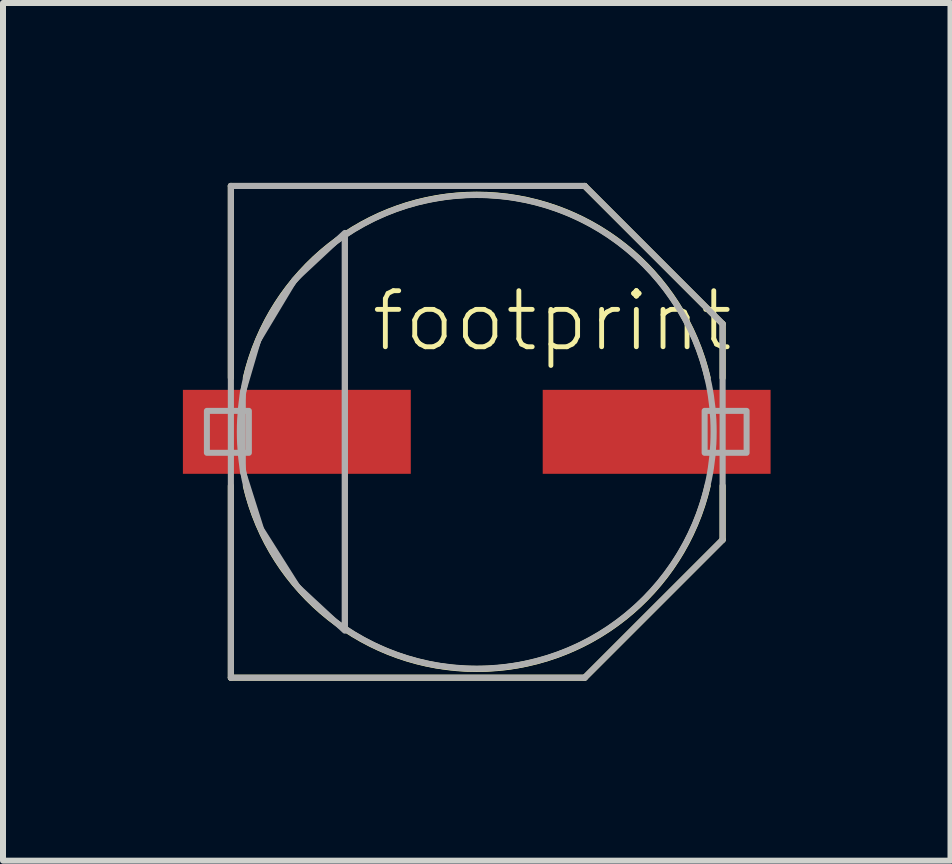
<source format=kicad_pcb>
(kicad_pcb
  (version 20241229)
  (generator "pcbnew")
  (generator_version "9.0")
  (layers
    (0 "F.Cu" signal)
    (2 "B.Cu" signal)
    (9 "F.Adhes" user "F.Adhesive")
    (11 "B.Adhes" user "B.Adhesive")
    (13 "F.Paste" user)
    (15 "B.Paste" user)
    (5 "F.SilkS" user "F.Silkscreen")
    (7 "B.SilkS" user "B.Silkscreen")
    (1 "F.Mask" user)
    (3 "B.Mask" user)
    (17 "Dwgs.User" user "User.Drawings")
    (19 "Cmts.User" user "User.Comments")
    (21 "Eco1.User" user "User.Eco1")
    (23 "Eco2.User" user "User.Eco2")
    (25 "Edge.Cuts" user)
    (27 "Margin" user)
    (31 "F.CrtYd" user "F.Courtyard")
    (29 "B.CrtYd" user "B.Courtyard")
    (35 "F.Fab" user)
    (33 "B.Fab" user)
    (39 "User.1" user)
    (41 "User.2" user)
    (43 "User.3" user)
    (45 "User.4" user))
  (footprint "footprint"
    (layer "F.Cu")
    (at 4.9 4.151)
    (property "Reference" "footprint" (at -1.8 -1.3 0) (layer "F.SilkS") (effects (font (size 0.935 0.935) (thickness 0.081)) (justify left bottom)))
    (fp_line (start -4.1 -4.1) (end 1.8 -4.1) (stroke (width 0.102) (type solid)) (layer "F.SilkS"))
    (fp_line (start -4.1 -0.9) (end -4.1 -4.1) (stroke (width 0.102) (type solid)) (layer "F.SilkS"))
    (fp_line (start -4.1 4.1) (end -4.1 0.9) (stroke (width 0.102) (type solid)) (layer "F.SilkS"))
    (fp_line (start 1.8 -4.1) (end 4.1 -1.8) (stroke (width 0.102) (type solid)) (layer "F.SilkS"))
    (fp_line (start 1.8 4.1) (end -4.1 4.1) (stroke (width 0.102) (type solid)) (layer "F.SilkS"))
    (fp_line (start 4.1 -1.8) (end 4.1 -0.9) (stroke (width 0.102) (type solid)) (layer "F.SilkS"))
    (fp_line (start 4.1 0.9) (end 4.1 1.8) (stroke (width 0.102) (type solid)) (layer "F.SilkS"))
    (fp_line (start 4.1 1.8) (end 1.8 4.1) (stroke (width 0.102) (type solid)) (layer "F.SilkS"))
    (fp_arc (start -3.85 -0.9) (mid 0 -3.953796) (end 3.85 -0.9) (stroke (width 0.1016) (type solid)) (layer "F.SilkS"))
    (fp_arc (start 3.85 0.9) (mid 0 3.953796) (end -3.85 0.9) (stroke (width 0.1016) (type solid)) (layer "F.SilkS"))
    (fp_line (start -4.1 -4.1) (end 1.8 -4.1) (stroke (width 0.102) (type solid)) (layer "F.Fab"))
    (fp_line (start -4.1 4.1) (end -4.1 -4.1) (stroke (width 0.102) (type solid)) (layer "F.Fab"))
    (fp_line (start -2.2 -3.25) (end -2.2 3.25) (stroke (width 0.102) (type solid)) (layer "F.Fab"))
    (fp_line (start 1.8 -4.1) (end 4.1 -1.8) (stroke (width 0.102) (type solid)) (layer "F.Fab"))
    (fp_line (start 1.8 4.1) (end -4.1 4.1) (stroke (width 0.102) (type solid)) (layer "F.Fab"))
    (fp_line (start 4.1 -1.8) (end 4.1 1.8) (stroke (width 0.102) (type solid)) (layer "F.Fab"))
    (fp_line (start 4.1 1.8) (end 1.8 4.1) (stroke (width 0.102) (type solid)) (layer "F.Fab"))
    (fp_circle (center 0 0) (end 3.95 0) (stroke (width 0.102) (type solid)) (fill no) (layer "F.Fab"))
    (fp_poly (pts (xy -4.5 0.35) (xy -3.8 0.35) (xy -3.8 -0.35) (xy -4.5 -0.35)) (stroke (width 0.1) (type solid)) (fill no) (layer "F.Fab"))
    (fp_poly (pts (xy 3.8 0.35) (xy 4.5 0.35) (xy 4.5 -0.35) (xy 3.8 -0.35)) (stroke (width 0.1) (type solid)) (fill no) (layer "F.Fab"))
    (fp_poly (pts (xy -2.199 3.316) (xy -2.989 2.583) (xy -3.596 1.622) (xy -3.901 0.658) (xy -3.901 -0.657) (xy -3.647 -1.521) (xy -3.04 -2.532) (xy -2.199 -3.317)) (stroke (width 0.1) (type solid)) (fill no) (layer "F.Fab"))
    (pad "+" smd rect (at 3 0) (size 3.8 1.4) (layers "F.Cu" "F.Mask" "F.Paste"))
    (pad "-" smd rect (at -3 0) (size 3.8 1.4) (layers "F.Cu" "F.Mask" "F.Paste")))
  (gr_rect
    (start -3 -3)
    (end 12.8 11.302)
    (stroke (width 0.1) (type default))
    (fill no)
    (layer "Edge.Cuts")))
</source>
